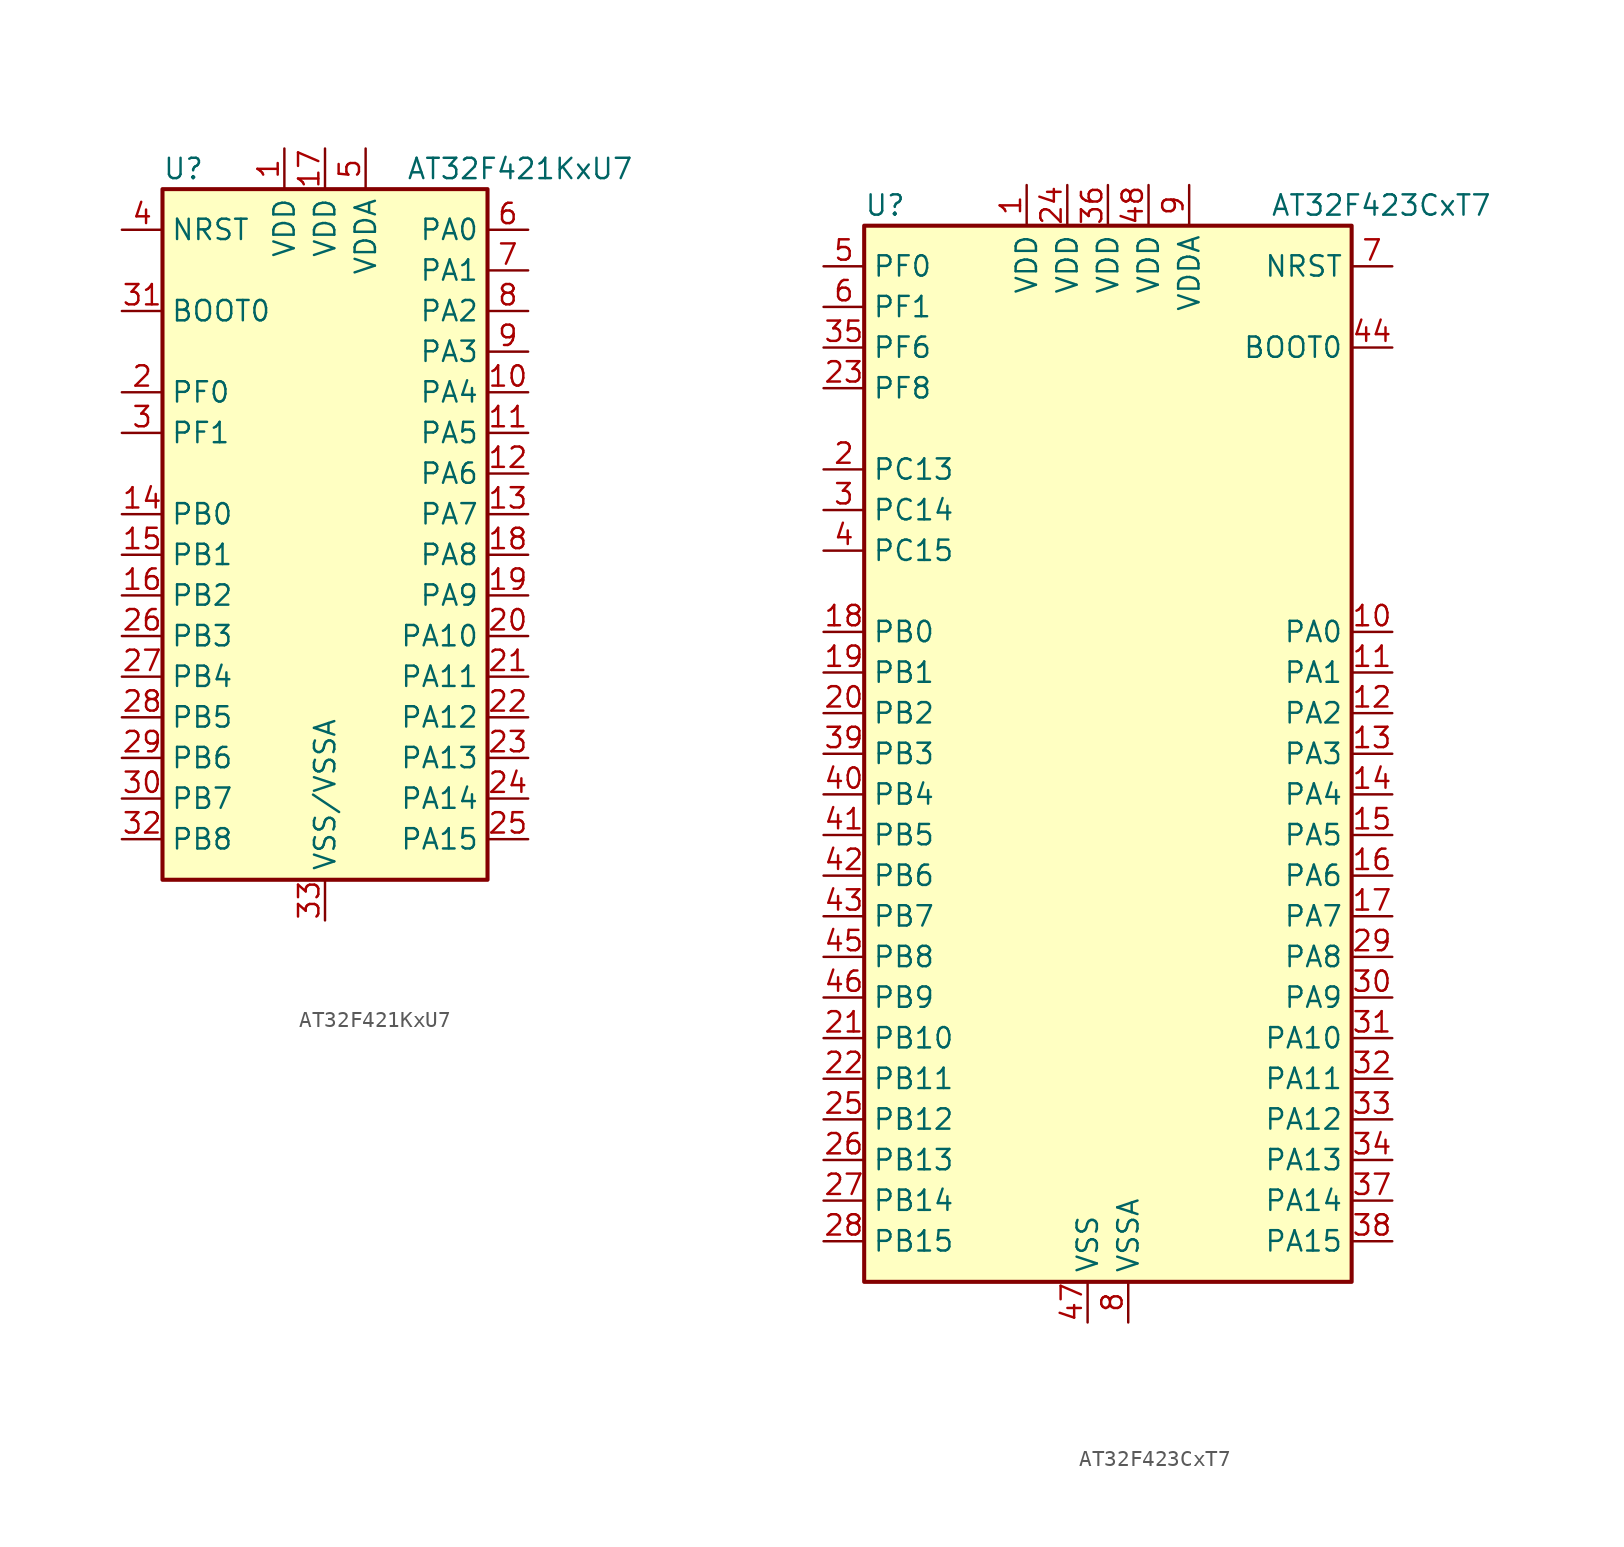
<source format=kicad_sym>
(kicad_symbol_lib
  (version 20220331)
  (generator kicad_symbol_editor)
  (symbol "AT32F421KxU7"
    (property "Reference" "U"
      (at -10.16 22.86 0)
      (effects (font (size 1.27 1.27)) (justify left)))
    (property "Value" "AT32F421KxU7"
      (at 5.08 22.86 0)
      (effects (font (size 1.27 1.27)) (justify left)))
    (symbol "AT32F421KxU7_0_1"
      (rectangle (start -10.16 -21.59) (end 10.16 21.59) (stroke (width 0.254) (type default)) (fill (type background))))
    (symbol "AT32F421KxU7_1_1"
      (pin power_in line (at -2.54 24.13 270) (length 2.54) (name "VDD" (effects (font (size 1.27 1.27)))) (number "1" (effects (font (size 1.27 1.27)))))
      (pin bidirectional line (at 12.7 8.89 180) (length 2.54) (name "PA4" (effects (font (size 1.27 1.27)))) (number "10" (effects (font (size 1.27 1.27)))))
      (pin bidirectional line (at 12.7 6.35 180) (length 2.54) (name "PA5" (effects (font (size 1.27 1.27)))) (number "11" (effects (font (size 1.27 1.27)))))
      (pin bidirectional line (at 12.7 3.81 180) (length 2.54) (name "PA6" (effects (font (size 1.27 1.27)))) (number "12" (effects (font (size 1.27 1.27)))))
      (pin bidirectional line (at 12.7 1.27 180) (length 2.54) (name "PA7" (effects (font (size 1.27 1.27)))) (number "13" (effects (font (size 1.27 1.27)))))
      (pin bidirectional line (at -12.7 1.27 0) (length 2.54) (name "PB0" (effects (font (size 1.27 1.27)))) (number "14" (effects (font (size 1.27 1.27)))))
      (pin bidirectional line (at -12.7 -1.27 0) (length 2.54) (name "PB1" (effects (font (size 1.27 1.27)))) (number "15" (effects (font (size 1.27 1.27)))))
      (pin bidirectional line (at -12.7 -3.81 0) (length 2.54) (name "PB2" (effects (font (size 1.27 1.27)))) (number "16" (effects (font (size 1.27 1.27)))))
      (pin power_in line (at 0 24.13 270) (length 2.54) (name "VDD" (effects (font (size 1.27 1.27)))) (number "17" (effects (font (size 1.27 1.27)))))
      (pin bidirectional line (at 12.7 -1.27 180) (length 2.54) (name "PA8" (effects (font (size 1.27 1.27)))) (number "18" (effects (font (size 1.27 1.27)))))
      (pin bidirectional line (at 12.7 -3.81 180) (length 2.54) (name "PA9" (effects (font (size 1.27 1.27)))) (number "19" (effects (font (size 1.27 1.27)))))
      (pin input line (at -12.7 8.89 0) (length 2.54) (name "PF0" (effects (font (size 1.27 1.27)))) (number "2" (effects (font (size 1.27 1.27)))))
      (pin bidirectional line (at 12.7 -6.35 180) (length 2.54) (name "PA10" (effects (font (size 1.27 1.27)))) (number "20" (effects (font (size 1.27 1.27)))))
      (pin bidirectional line (at 12.7 -8.89 180) (length 2.54) (name "PA11" (effects (font (size 1.27 1.27)))) (number "21" (effects (font (size 1.27 1.27)))))
      (pin bidirectional line (at 12.7 -11.43 180) (length 2.54) (name "PA12" (effects (font (size 1.27 1.27)))) (number "22" (effects (font (size 1.27 1.27)))))
      (pin bidirectional line (at 12.7 -13.97 180) (length 2.54) (name "PA13" (effects (font (size 1.27 1.27)))) (number "23" (effects (font (size 1.27 1.27)))))
      (pin bidirectional line (at 12.7 -16.51 180) (length 2.54) (name "PA14" (effects (font (size 1.27 1.27)))) (number "24" (effects (font (size 1.27 1.27)))))
      (pin bidirectional line (at 12.7 -19.05 180) (length 2.54) (name "PA15" (effects (font (size 1.27 1.27)))) (number "25" (effects (font (size 1.27 1.27)))))
      (pin bidirectional line (at -12.7 -6.35 0) (length 2.54) (name "PB3" (effects (font (size 1.27 1.27)))) (number "26" (effects (font (size 1.27 1.27)))))
      (pin bidirectional line (at -12.7 -8.89 0) (length 2.54) (name "PB4" (effects (font (size 1.27 1.27)))) (number "27" (effects (font (size 1.27 1.27)))))
      (pin bidirectional line (at -12.7 -11.43 0) (length 2.54) (name "PB5" (effects (font (size 1.27 1.27)))) (number "28" (effects (font (size 1.27 1.27)))))
      (pin bidirectional line (at -12.7 -13.97 0) (length 2.54) (name "PB6" (effects (font (size 1.27 1.27)))) (number "29" (effects (font (size 1.27 1.27)))))
      (pin input line (at -12.7 6.35 0) (length 2.54) (name "PF1" (effects (font (size 1.27 1.27)))) (number "3" (effects (font (size 1.27 1.27)))))
      (pin bidirectional line (at -12.7 -16.51 0) (length 2.54) (name "PB7" (effects (font (size 1.27 1.27)))) (number "30" (effects (font (size 1.27 1.27)))))
      (pin input line (at -12.7 13.97 0) (length 2.54) (name "BOOT0" (effects (font (size 1.27 1.27)))) (number "31" (effects (font (size 1.27 1.27)))))
      (pin bidirectional line (at -12.7 -19.05 0) (length 2.54) (name "PB8" (effects (font (size 1.27 1.27)))) (number "32" (effects (font (size 1.27 1.27)))))
      (pin power_in line (at 0 -24.13 90) (length 2.54) (name "VSS/VSSA" (effects (font (size 1.27 1.27)))) (number "33" (effects (font (size 1.27 1.27)))))
      (pin input line (at -12.7 19.05 0) (length 2.54) (name "NRST" (effects (font (size 1.27 1.27)))) (number "4" (effects (font (size 1.27 1.27)))))
      (pin power_in line (at 2.54 24.13 270) (length 2.54) (name "VDDA" (effects (font (size 1.27 1.27)))) (number "5" (effects (font (size 1.27 1.27)))))
      (pin bidirectional line (at 12.7 19.05 180) (length 2.54) (name "PA0" (effects (font (size 1.27 1.27)))) (number "6" (effects (font (size 1.27 1.27)))))
      (pin bidirectional line (at 12.7 16.51 180) (length 2.54) (name "PA1" (effects (font (size 1.27 1.27)))) (number "7" (effects (font (size 1.27 1.27)))))
      (pin bidirectional line (at 12.7 13.97 180) (length 2.54) (name "PA2" (effects (font (size 1.27 1.27)))) (number "8" (effects (font (size 1.27 1.27)))))
      (pin bidirectional line (at 12.7 11.43 180) (length 2.54) (name "PA3" (effects (font (size 1.27 1.27)))) (number "9" (effects (font (size 1.27 1.27)))))))
  (symbol "AT32F423CxT7"
    (property "Reference" "U"
      (at -15.24 34.29 0)
      (effects (font (size 1.27 1.27)) (justify left)))
    (property "Value" "AT32F423CxT7"
      (at 10.16 34.29 0)
      (effects (font (size 1.27 1.27)) (justify left)))
    (symbol "AT32F423CxT7_0_1"
      (rectangle (start -15.24 33.02) (end 15.24 -33.02) (stroke (width 0.254) (type default)) (fill (type background))))
    (symbol "AT32F423CxT7_1_1"
      (pin power_in line (at -5.08 35.56 270) (length 2.54) (name "VDD" (effects (font (size 1.27 1.27)))) (number "1" (effects (font (size 1.27 1.27)))))
      (pin bidirectional line (at 17.78 7.62 180) (length 2.54) (name "PA0" (effects (font (size 1.27 1.27)))) (number "10" (effects (font (size 1.27 1.27)))))
      (pin bidirectional line (at 17.78 5.08 180) (length 2.54) (name "PA1" (effects (font (size 1.27 1.27)))) (number "11" (effects (font (size 1.27 1.27)))))
      (pin bidirectional line (at 17.78 2.54 180) (length 2.54) (name "PA2" (effects (font (size 1.27 1.27)))) (number "12" (effects (font (size 1.27 1.27)))))
      (pin bidirectional line (at 17.78 0 180) (length 2.54) (name "PA3" (effects (font (size 1.27 1.27)))) (number "13" (effects (font (size 1.27 1.27)))))
      (pin bidirectional line (at 17.78 -2.54 180) (length 2.54) (name "PA4" (effects (font (size 1.27 1.27)))) (number "14" (effects (font (size 1.27 1.27)))))
      (pin bidirectional line (at 17.78 -5.08 180) (length 2.54) (name "PA5" (effects (font (size 1.27 1.27)))) (number "15" (effects (font (size 1.27 1.27)))))
      (pin bidirectional line (at 17.78 -7.62 180) (length 2.54) (name "PA6" (effects (font (size 1.27 1.27)))) (number "16" (effects (font (size 1.27 1.27)))))
      (pin bidirectional line (at 17.78 -10.16 180) (length 2.54) (name "PA7" (effects (font (size 1.27 1.27)))) (number "17" (effects (font (size 1.27 1.27)))))
      (pin bidirectional line (at -17.78 7.62 0) (length 2.54) (name "PB0" (effects (font (size 1.27 1.27)))) (number "18" (effects (font (size 1.27 1.27)))))
      (pin bidirectional line (at -17.78 5.08 0) (length 2.54) (name "PB1" (effects (font (size 1.27 1.27)))) (number "19" (effects (font (size 1.27 1.27)))))
      (pin bidirectional line (at -17.78 17.78 0) (length 2.54) (name "PC13" (effects (font (size 1.27 1.27)))) (number "2" (effects (font (size 1.27 1.27)))))
      (pin bidirectional line (at -17.78 2.54 0) (length 2.54) (name "PB2" (effects (font (size 1.27 1.27)))) (number "20" (effects (font (size 1.27 1.27)))))
      (pin bidirectional line (at -17.78 -17.78 0) (length 2.54) (name "PB10" (effects (font (size 1.27 1.27)))) (number "21" (effects (font (size 1.27 1.27)))))
      (pin bidirectional line (at -17.78 -20.32 0) (length 2.54) (name "PB11" (effects (font (size 1.27 1.27)))) (number "22" (effects (font (size 1.27 1.27)))))
      (pin bidirectional line (at -17.78 22.86 0) (length 2.54) (name "PF8" (effects (font (size 1.27 1.27)))) (number "23" (effects (font (size 1.27 1.27)))))
      (pin power_in line (at -2.54 35.56 270) (length 2.54) (name "VDD" (effects (font (size 1.27 1.27)))) (number "24" (effects (font (size 1.27 1.27)))))
      (pin bidirectional line (at -17.78 -22.86 0) (length 2.54) (name "PB12" (effects (font (size 1.27 1.27)))) (number "25" (effects (font (size 1.27 1.27)))))
      (pin bidirectional line (at -17.78 -25.4 0) (length 2.54) (name "PB13" (effects (font (size 1.27 1.27)))) (number "26" (effects (font (size 1.27 1.27)))))
      (pin bidirectional line (at -17.78 -27.94 0) (length 2.54) (name "PB14" (effects (font (size 1.27 1.27)))) (number "27" (effects (font (size 1.27 1.27)))))
      (pin bidirectional line (at -17.78 -30.48 0) (length 2.54) (name "PB15" (effects (font (size 1.27 1.27)))) (number "28" (effects (font (size 1.27 1.27)))))
      (pin bidirectional line (at 17.78 -12.7 180) (length 2.54) (name "PA8" (effects (font (size 1.27 1.27)))) (number "29" (effects (font (size 1.27 1.27)))))
      (pin bidirectional line (at -17.78 15.24 0) (length 2.54) (name "PC14" (effects (font (size 1.27 1.27)))) (number "3" (effects (font (size 1.27 1.27)))))
      (pin bidirectional line (at 17.78 -15.24 180) (length 2.54) (name "PA9" (effects (font (size 1.27 1.27)))) (number "30" (effects (font (size 1.27 1.27)))))
      (pin bidirectional line (at 17.78 -17.78 180) (length 2.54) (name "PA10" (effects (font (size 1.27 1.27)))) (number "31" (effects (font (size 1.27 1.27)))))
      (pin bidirectional line (at 17.78 -20.32 180) (length 2.54) (name "PA11" (effects (font (size 1.27 1.27)))) (number "32" (effects (font (size 1.27 1.27)))))
      (pin bidirectional line (at 17.78 -22.86 180) (length 2.54) (name "PA12" (effects (font (size 1.27 1.27)))) (number "33" (effects (font (size 1.27 1.27)))))
      (pin bidirectional line (at 17.78 -25.4 180) (length 2.54) (name "PA13" (effects (font (size 1.27 1.27)))) (number "34" (effects (font (size 1.27 1.27)))))
      (pin bidirectional line (at -17.78 25.4 0) (length 2.54) (name "PF6" (effects (font (size 1.27 1.27)))) (number "35" (effects (font (size 1.27 1.27)))))
      (pin power_in line (at 0 35.56 270) (length 2.54) (name "VDD" (effects (font (size 1.27 1.27)))) (number "36" (effects (font (size 1.27 1.27)))))
      (pin bidirectional line (at 17.78 -27.94 180) (length 2.54) (name "PA14" (effects (font (size 1.27 1.27)))) (number "37" (effects (font (size 1.27 1.27)))))
      (pin bidirectional line (at 17.78 -30.48 180) (length 2.54) (name "PA15" (effects (font (size 1.27 1.27)))) (number "38" (effects (font (size 1.27 1.27)))))
      (pin bidirectional line (at -17.78 0 0) (length 2.54) (name "PB3" (effects (font (size 1.27 1.27)))) (number "39" (effects (font (size 1.27 1.27)))))
      (pin bidirectional line (at -17.78 12.7 0) (length 2.54) (name "PC15" (effects (font (size 1.27 1.27)))) (number "4" (effects (font (size 1.27 1.27)))))
      (pin bidirectional line (at -17.78 -2.54 0) (length 2.54) (name "PB4" (effects (font (size 1.27 1.27)))) (number "40" (effects (font (size 1.27 1.27)))))
      (pin bidirectional line (at -17.78 -5.08 0) (length 2.54) (name "PB5" (effects (font (size 1.27 1.27)))) (number "41" (effects (font (size 1.27 1.27)))))
      (pin bidirectional line (at -17.78 -7.62 0) (length 2.54) (name "PB6" (effects (font (size 1.27 1.27)))) (number "42" (effects (font (size 1.27 1.27)))))
      (pin bidirectional line (at -17.78 -10.16 0) (length 2.54) (name "PB7" (effects (font (size 1.27 1.27)))) (number "43" (effects (font (size 1.27 1.27)))))
      (pin input line (at 17.78 25.4 180) (length 2.54) (name "BOOT0" (effects (font (size 1.27 1.27)))) (number "44" (effects (font (size 1.27 1.27)))))
      (pin bidirectional line (at -17.78 -12.7 0) (length 2.54) (name "PB8" (effects (font (size 1.27 1.27)))) (number "45" (effects (font (size 1.27 1.27)))))
      (pin bidirectional line (at -17.78 -15.24 0) (length 2.54) (name "PB9" (effects (font (size 1.27 1.27)))) (number "46" (effects (font (size 1.27 1.27)))))
      (pin power_in line (at -1.27 -35.56 90) (length 2.54) (name "VSS" (effects (font (size 1.27 1.27)))) (number "47" (effects (font (size 1.27 1.27)))))
      (pin power_in line (at 2.54 35.56 270) (length 2.54) (name "VDD" (effects (font (size 1.27 1.27)))) (number "48" (effects (font (size 1.27 1.27)))))
      (pin input line (at -17.78 30.48 0) (length 2.54) (name "PF0" (effects (font (size 1.27 1.27)))) (number "5" (effects (font (size 1.27 1.27)))))
      (pin input line (at -17.78 27.94 0) (length 2.54) (name "PF1" (effects (font (size 1.27 1.27)))) (number "6" (effects (font (size 1.27 1.27)))))
      (pin input line (at 17.78 30.48 180) (length 2.54) (name "NRST" (effects (font (size 1.27 1.27)))) (number "7" (effects (font (size 1.27 1.27)))))
      (pin power_in line (at 1.27 -35.56 90) (length 2.54) (name "VSSA" (effects (font (size 1.27 1.27)))) (number "8" (effects (font (size 1.27 1.27)))))
      (pin power_in line (at 5.08 35.56 270) (length 2.54) (name "VDDA" (effects (font (size 1.27 1.27)))) (number "9" (effects (font (size 1.27 1.27))))))))
</source>
